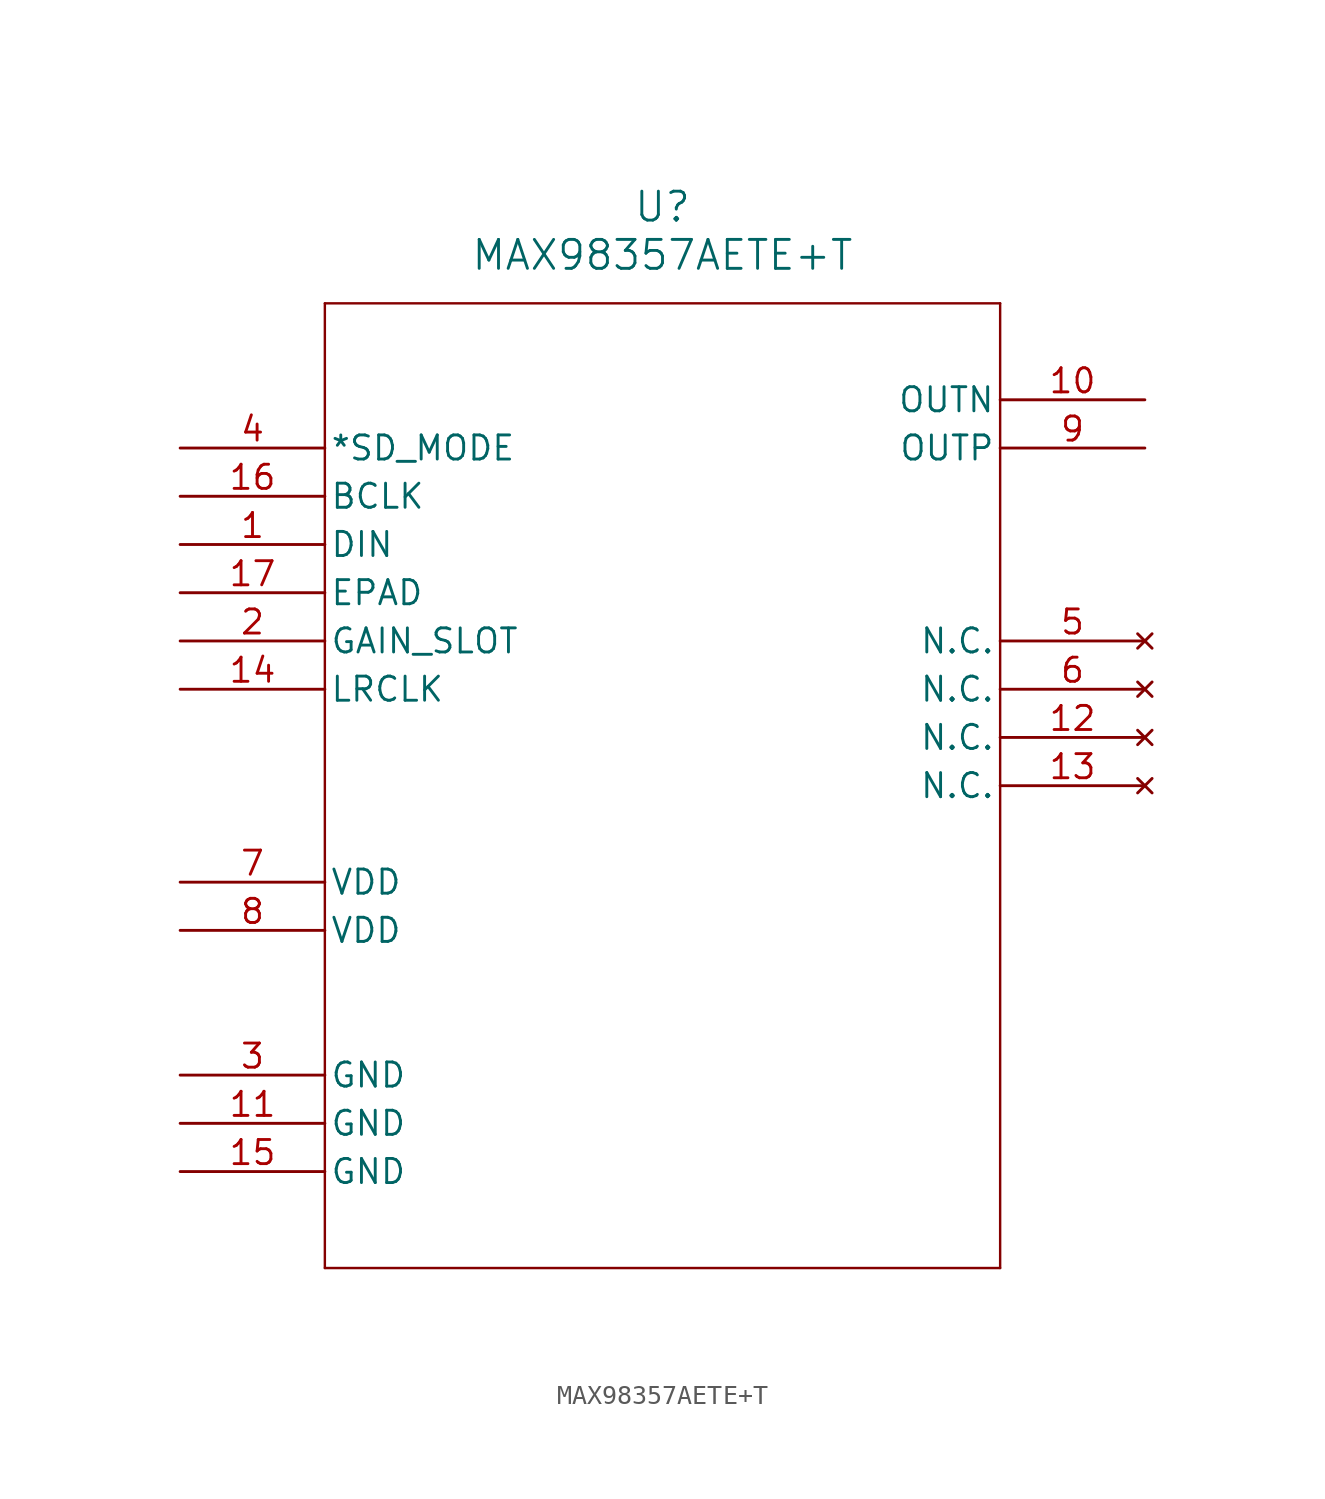
<source format=kicad_sym>
(kicad_symbol_lib
  (version 20220914)
  (generator kicad_symbol_editor)
  (symbol "MAX98357AETE+T"
    (pin_names
      (offset 0.254))
    (property "Reference" "U"
      (at 25.4 12.7 0)
      (effects (font (size 1.524 1.524))))
    (property "Value" "MAX98357AETE+T"
      (at 25.4 10.16 0)
      (effects (font (size 1.524 1.524))))
    (property "ki_locked" ""
      (at 0 0 0)
      (effects (font (size 1.27 1.27))))
    (symbol "MAX98357AETE+T_1_1"
      (polyline (pts (xy 7.62 -43.18) (xy 43.18 -43.18)) (stroke (width 0.127) (type default)) (fill (type none)))
      (polyline (pts (xy 7.62 7.62) (xy 7.62 -43.18)) (stroke (width 0.127) (type default)) (fill (type none)))
      (polyline (pts (xy 43.18 -43.18) (xy 43.18 7.62)) (stroke (width 0.127) (type default)) (fill (type none)))
      (polyline (pts (xy 43.18 7.62) (xy 7.62 7.62)) (stroke (width 0.127) (type default)) (fill (type none)))
      (pin unspecified line (at 0 -5.08 0) (length 7.62) (name "DIN" (effects (font (size 1.27 1.27)))) (number "1" (effects (font (size 1.27 1.27)))))
      (pin output line (at 50.8 2.54 180) (length 7.62) (name "OUTN" (effects (font (size 1.27 1.27)))) (number "10" (effects (font (size 1.27 1.27)))))
      (pin power_out line (at 0 -35.56 0) (length 7.62) (name "GND" (effects (font (size 1.27 1.27)))) (number "11" (effects (font (size 1.27 1.27)))))
      (pin no_connect line (at 50.8 -15.24 180) (length 7.62) (name "N.C." (effects (font (size 1.27 1.27)))) (number "12" (effects (font (size 1.27 1.27)))))
      (pin no_connect line (at 50.8 -17.78 180) (length 7.62) (name "N.C." (effects (font (size 1.27 1.27)))) (number "13" (effects (font (size 1.27 1.27)))))
      (pin unspecified line (at 0 -12.7 0) (length 7.62) (name "LRCLK" (effects (font (size 1.27 1.27)))) (number "14" (effects (font (size 1.27 1.27)))))
      (pin power_out line (at 0 -38.1 0) (length 7.62) (name "GND" (effects (font (size 1.27 1.27)))) (number "15" (effects (font (size 1.27 1.27)))))
      (pin unspecified line (at 0 -2.54 0) (length 7.62) (name "BCLK" (effects (font (size 1.27 1.27)))) (number "16" (effects (font (size 1.27 1.27)))))
      (pin unspecified line (at 0 -7.62 0) (length 7.62) (name "EPAD" (effects (font (size 1.27 1.27)))) (number "17" (effects (font (size 1.27 1.27)))))
      (pin unspecified line (at 0 -10.16 0) (length 7.62) (name "GAIN_SLOT" (effects (font (size 1.27 1.27)))) (number "2" (effects (font (size 1.27 1.27)))))
      (pin power_out line (at 0 -33.02 0) (length 7.62) (name "GND" (effects (font (size 1.27 1.27)))) (number "3" (effects (font (size 1.27 1.27)))))
      (pin unspecified line (at 0 0 0) (length 7.62) (name "*SD_MODE" (effects (font (size 1.27 1.27)))) (number "4" (effects (font (size 1.27 1.27)))))
      (pin no_connect line (at 50.8 -10.16 180) (length 7.62) (name "N.C." (effects (font (size 1.27 1.27)))) (number "5" (effects (font (size 1.27 1.27)))))
      (pin no_connect line (at 50.8 -12.7 180) (length 7.62) (name "N.C." (effects (font (size 1.27 1.27)))) (number "6" (effects (font (size 1.27 1.27)))))
      (pin power_in line (at 0 -22.86 0) (length 7.62) (name "VDD" (effects (font (size 1.27 1.27)))) (number "7" (effects (font (size 1.27 1.27)))))
      (pin power_in line (at 0 -25.4 0) (length 7.62) (name "VDD" (effects (font (size 1.27 1.27)))) (number "8" (effects (font (size 1.27 1.27)))))
      (pin output line (at 50.8 0 180) (length 7.62) (name "OUTP" (effects (font (size 1.27 1.27)))) (number "9" (effects (font (size 1.27 1.27))))))))
</source>
